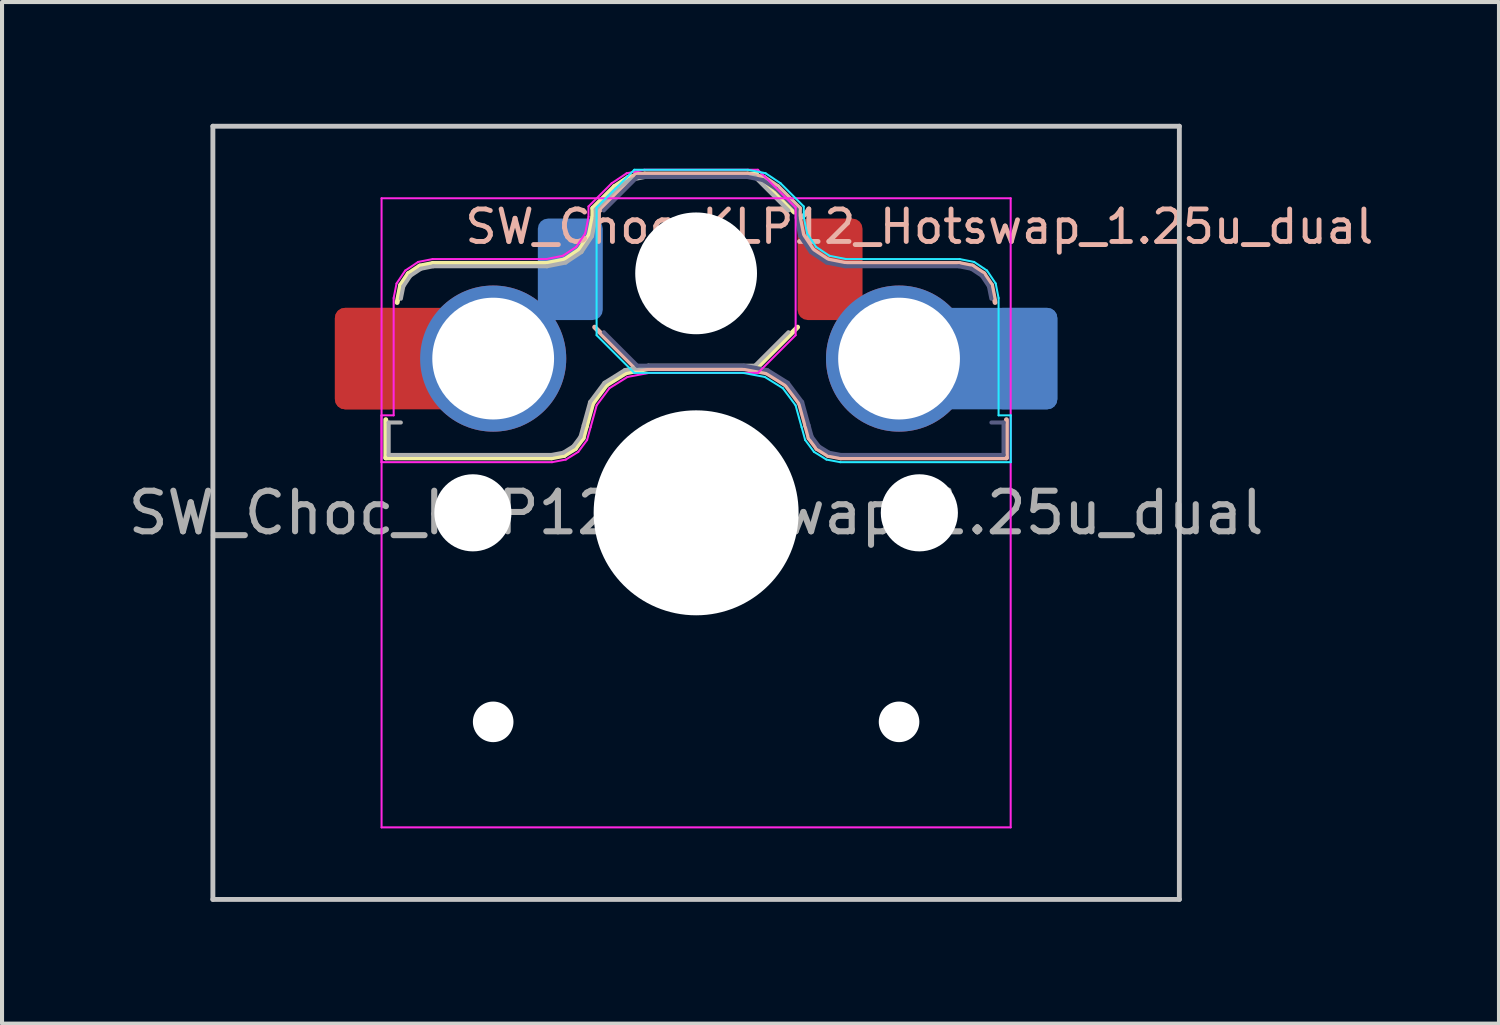
<source format=kicad_pcb>
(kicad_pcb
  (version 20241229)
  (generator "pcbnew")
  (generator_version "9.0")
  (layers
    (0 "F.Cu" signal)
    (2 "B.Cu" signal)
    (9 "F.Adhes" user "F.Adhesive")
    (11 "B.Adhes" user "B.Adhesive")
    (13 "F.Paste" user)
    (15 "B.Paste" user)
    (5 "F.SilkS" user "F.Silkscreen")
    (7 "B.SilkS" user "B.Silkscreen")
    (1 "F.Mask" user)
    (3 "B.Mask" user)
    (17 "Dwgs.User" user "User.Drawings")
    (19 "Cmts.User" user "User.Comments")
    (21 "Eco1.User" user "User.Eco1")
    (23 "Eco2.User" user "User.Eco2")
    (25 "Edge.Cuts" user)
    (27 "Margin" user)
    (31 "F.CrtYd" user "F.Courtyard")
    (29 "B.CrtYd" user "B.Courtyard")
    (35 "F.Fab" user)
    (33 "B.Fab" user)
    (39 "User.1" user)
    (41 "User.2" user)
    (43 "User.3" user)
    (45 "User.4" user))
  (footprint "SW_Choc_KLP12_Hotswap_1.25u_dual"
    (layer "F.Cu")
    (at 14.101 9.585)
    (property "Reference" "SW_Choc_KLP12_Hotswap_1.25u_dual" (at 5.5 -7.05 180) (layer "B.SilkS") (effects (font (size 0.8 0.8) (thickness 0.12))))
    (attr smd)
    (fp_line (start -7.646 -2.296) (end -7.646 -1.354) (stroke (width 0.12) (type solid)) (layer "F.SilkS"))
    (fp_line (start -7.646 -1.354) (end -3.56 -1.354) (stroke (width 0.12) (type solid)) (layer "F.SilkS"))
    (fp_line (start -7.281 -5.609) (end -7.366 -5.182) (stroke (width 0.12) (type solid)) (layer "F.SilkS"))
    (fp_line (start -7.092 -5.892) (end -7.281 -5.609) (stroke (width 0.12) (type solid)) (layer "F.SilkS"))
    (fp_line (start -6.809 -6.081) (end -7.092 -5.892) (stroke (width 0.12) (type solid)) (layer "F.SilkS"))
    (fp_line (start -6.482 -6.146) (end -6.809 -6.081) (stroke (width 0.12) (type solid)) (layer "F.SilkS"))
    (fp_line (start -3.682 -6.146) (end -6.482 -6.146) (stroke (width 0.12) (type solid)) (layer "F.SilkS"))
    (fp_line (start -3.56 -1.354) (end -3.25 -1.413) (stroke (width 0.12) (type solid)) (layer "F.SilkS"))
    (fp_line (start -3.25 -1.413) (end -2.976 -1.583) (stroke (width 0.12) (type solid)) (layer "F.SilkS"))
    (fp_line (start -3.244 -6.233) (end -3.682 -6.146) (stroke (width 0.12) (type solid)) (layer "F.SilkS"))
    (fp_line (start -2.976 -1.583) (end -2.783 -1.841) (stroke (width 0.12) (type solid)) (layer "F.SilkS"))
    (fp_line (start -2.877 -6.477) (end -3.244 -6.233) (stroke (width 0.12) (type solid)) (layer "F.SilkS"))
    (fp_line (start -2.783 -1.841) (end -2.701 -2.139) (stroke (width 0.12) (type solid)) (layer "F.SilkS"))
    (fp_line (start -2.701 -2.139) (end -2.547 -2.697) (stroke (width 0.12) (type solid)) (layer "F.SilkS"))
    (fp_line (start -2.633 -6.844) (end -2.877 -6.477) (stroke (width 0.12) (type solid)) (layer "F.SilkS"))
    (fp_line (start -2.547 -2.697) (end -2.209 -3.15) (stroke (width 0.12) (type solid)) (layer "F.SilkS"))
    (fp_line (start -2.546 -7.504) (end -2.546 -7.282) (stroke (width 0.12) (type solid)) (layer "F.SilkS"))
    (fp_line (start -2.546 -7.282) (end -2.633 -6.844) (stroke (width 0.12) (type solid)) (layer "F.SilkS"))
    (fp_line (start -2.209 -3.15) (end -1.73 -3.449) (stroke (width 0.12) (type solid)) (layer "F.SilkS"))
    (fp_line (start -2.013 -8.037) (end -2.546 -7.504) (stroke (width 0.12) (type solid)) (layer "F.SilkS"))
    (fp_line (start -1.73 -3.449) (end -1.168 -3.554) (stroke (width 0.12) (type solid)) (layer "F.SilkS"))
    (fp_line (start -1.671 -8.266) (end -2.013 -8.037) (stroke (width 0.12) (type solid)) (layer "F.SilkS"))
    (fp_line (start -1.268 -8.346) (end -1.671 -8.266) (stroke (width 0.12) (type solid)) (layer "F.SilkS"))
    (fp_line (start -1.168 -3.554) (end 1.479 -3.554) (stroke (width 0.12) (type solid)) (layer "F.SilkS"))
    (fp_line (start 1.479 -8.346) (end -1.268 -8.346) (stroke (width 0.12) (type solid)) (layer "F.SilkS"))
    (fp_line (start 1.479 -3.554) (end 2.5 -4.575) (stroke (width 0.12) (type solid)) (layer "F.SilkS"))
    (fp_line (start 2.416 -7.409) (end 1.479 -8.346) (stroke (width 0.12) (type solid)) (layer "F.SilkS"))
    (fp_line (start -2.416 -7.409) (end -1.479 -8.346) (stroke (width 0.12) (type solid)) (layer "B.SilkS"))
    (fp_line (start -1.479 -8.346) (end 1.268 -8.346) (stroke (width 0.12) (type solid)) (layer "B.SilkS"))
    (fp_line (start -1.479 -3.554) (end -2.5 -4.575) (stroke (width 0.12) (type solid)) (layer "B.SilkS"))
    (fp_line (start 1.168 -3.554) (end -1.479 -3.554) (stroke (width 0.12) (type solid)) (layer "B.SilkS"))
    (fp_line (start 1.268 -8.346) (end 1.671 -8.266) (stroke (width 0.12) (type solid)) (layer "B.SilkS"))
    (fp_line (start 1.671 -8.266) (end 2.013 -8.037) (stroke (width 0.12) (type solid)) (layer "B.SilkS"))
    (fp_line (start 1.73 -3.449) (end 1.168 -3.554) (stroke (width 0.12) (type solid)) (layer "B.SilkS"))
    (fp_line (start 2.013 -8.037) (end 2.546 -7.504) (stroke (width 0.12) (type solid)) (layer "B.SilkS"))
    (fp_line (start 2.209 -3.15) (end 1.73 -3.449) (stroke (width 0.12) (type solid)) (layer "B.SilkS"))
    (fp_line (start 2.546 -7.504) (end 2.546 -7.282) (stroke (width 0.12) (type solid)) (layer "B.SilkS"))
    (fp_line (start 2.546 -7.282) (end 2.633 -6.844) (stroke (width 0.12) (type solid)) (layer "B.SilkS"))
    (fp_line (start 2.547 -2.697) (end 2.209 -3.15) (stroke (width 0.12) (type solid)) (layer "B.SilkS"))
    (fp_line (start 2.633 -6.844) (end 2.877 -6.477) (stroke (width 0.12) (type solid)) (layer "B.SilkS"))
    (fp_line (start 2.701 -2.139) (end 2.547 -2.697) (stroke (width 0.12) (type solid)) (layer "B.SilkS"))
    (fp_line (start 2.783 -1.841) (end 2.701 -2.139) (stroke (width 0.12) (type solid)) (layer "B.SilkS"))
    (fp_line (start 2.877 -6.477) (end 3.244 -6.233) (stroke (width 0.12) (type solid)) (layer "B.SilkS"))
    (fp_line (start 2.976 -1.583) (end 2.783 -1.841) (stroke (width 0.12) (type solid)) (layer "B.SilkS"))
    (fp_line (start 3.244 -6.233) (end 3.682 -6.146) (stroke (width 0.12) (type solid)) (layer "B.SilkS"))
    (fp_line (start 3.25 -1.413) (end 2.976 -1.583) (stroke (width 0.12) (type solid)) (layer "B.SilkS"))
    (fp_line (start 3.56 -1.354) (end 3.25 -1.413) (stroke (width 0.12) (type solid)) (layer "B.SilkS"))
    (fp_line (start 3.682 -6.146) (end 6.482 -6.146) (stroke (width 0.12) (type solid)) (layer "B.SilkS"))
    (fp_line (start 6.482 -6.146) (end 6.809 -6.081) (stroke (width 0.12) (type solid)) (layer "B.SilkS"))
    (fp_line (start 6.809 -6.081) (end 7.092 -5.892) (stroke (width 0.12) (type solid)) (layer "B.SilkS"))
    (fp_line (start 7.092 -5.892) (end 7.281 -5.609) (stroke (width 0.12) (type solid)) (layer "B.SilkS"))
    (fp_line (start 7.281 -5.609) (end 7.366 -5.182) (stroke (width 0.12) (type solid)) (layer "B.SilkS"))
    (fp_line (start 7.646 -2.296) (end 7.646 -1.354) (stroke (width 0.12) (type solid)) (layer "B.SilkS"))
    (fp_line (start 7.646 -1.354) (end 3.56 -1.354) (stroke (width 0.12) (type solid)) (layer "B.SilkS"))
    (fp_line (start -11.906 -9.525) (end -11.906 9.525) (stroke (width 0.12) (type default)) (layer "Dwgs.User"))
    (fp_line (start -11.906 -9.525) (end 11.906 -9.525) (stroke (width 0.12) (type default)) (layer "Dwgs.User"))
    (fp_line (start 11.906 -9.525) (end 11.906 9.525) (stroke (width 0.12) (type default)) (layer "Dwgs.User"))
    (fp_line (start 11.906 9.525) (end -11.906 9.525) (stroke (width 0.12) (type default)) (layer "Dwgs.User"))
    (fp_line (start -2.452 -7.523) (end -1.523 -8.452) (stroke (width 0.05) (type solid)) (layer "B.CrtYd"))
    (fp_line (start -2.452 -4.377) (end -2.452 -7.523) (stroke (width 0.05) (type solid)) (layer "B.CrtYd"))
    (fp_line (start -1.523 -8.452) (end 1.278 -8.452) (stroke (width 0.05) (type solid)) (layer "B.CrtYd"))
    (fp_line (start -1.523 -3.448) (end -2.452 -4.377) (stroke (width 0.05) (type solid)) (layer "B.CrtYd"))
    (fp_line (start 1.159 -3.448) (end -1.523 -3.448) (stroke (width 0.05) (type solid)) (layer "B.CrtYd"))
    (fp_line (start 1.278 -8.452) (end 1.712 -8.366) (stroke (width 0.05) (type solid)) (layer "B.CrtYd"))
    (fp_line (start 1.691 -3.348) (end 1.159 -3.448) (stroke (width 0.05) (type solid)) (layer "B.CrtYd"))
    (fp_line (start 1.712 -8.366) (end 2.081 -8.119) (stroke (width 0.05) (type solid)) (layer "B.CrtYd"))
    (fp_line (start 2.081 -8.119) (end 2.652 -7.548) (stroke (width 0.05) (type solid)) (layer "B.CrtYd"))
    (fp_line (start 2.136 -3.071) (end 1.691 -3.348) (stroke (width 0.05) (type solid)) (layer "B.CrtYd"))
    (fp_line (start 2.45 -2.65) (end 2.136 -3.071) (stroke (width 0.05) (type solid)) (layer "B.CrtYd"))
    (fp_line (start 2.599 -2.111) (end 2.45 -2.65) (stroke (width 0.05) (type solid)) (layer "B.CrtYd"))
    (fp_line (start 2.652 -7.548) (end 2.652 -7.292) (stroke (width 0.05) (type solid)) (layer "B.CrtYd"))
    (fp_line (start 2.652 -7.292) (end 2.733 -6.885) (stroke (width 0.05) (type solid)) (layer "B.CrtYd"))
    (fp_line (start 2.687 -1.794) (end 2.599 -2.111) (stroke (width 0.05) (type solid)) (layer "B.CrtYd"))
    (fp_line (start 2.733 -6.885) (end 2.953 -6.553) (stroke (width 0.05) (type solid)) (layer "B.CrtYd"))
    (fp_line (start 2.903 -1.503) (end 2.687 -1.794) (stroke (width 0.05) (type solid)) (layer "B.CrtYd"))
    (fp_line (start 2.953 -6.553) (end 3.285 -6.333) (stroke (width 0.05) (type solid)) (layer "B.CrtYd"))
    (fp_line (start 3.211 -1.312) (end 2.903 -1.503) (stroke (width 0.05) (type solid)) (layer "B.CrtYd"))
    (fp_line (start 3.285 -6.333) (end 3.692 -6.252) (stroke (width 0.05) (type solid)) (layer "B.CrtYd"))
    (fp_line (start 3.55 -1.248) (end 3.211 -1.312) (stroke (width 0.05) (type solid)) (layer "B.CrtYd"))
    (fp_line (start 3.692 -6.252) (end 6.492 -6.252) (stroke (width 0.05) (type solid)) (layer "B.CrtYd"))
    (fp_line (start 6.492 -6.252) (end 6.85 -6.181) (stroke (width 0.05) (type solid)) (layer "B.CrtYd"))
    (fp_line (start 6.85 -6.181) (end 7.168 -5.968) (stroke (width 0.05) (type solid)) (layer "B.CrtYd"))
    (fp_line (start 7.168 -5.968) (end 7.381 -5.65) (stroke (width 0.05) (type solid)) (layer "B.CrtYd"))
    (fp_line (start 7.381 -5.65) (end 7.452 -5.292) (stroke (width 0.05) (type solid)) (layer "B.CrtYd"))
    (fp_line (start 7.452 -5.292) (end 7.452 -2.402) (stroke (width 0.05) (type solid)) (layer "B.CrtYd"))
    (fp_line (start 7.452 -2.402) (end 7.752 -2.402) (stroke (width 0.05) (type solid)) (layer "B.CrtYd"))
    (fp_line (start 7.752 -2.402) (end 7.752 -1.248) (stroke (width 0.05) (type solid)) (layer "B.CrtYd"))
    (fp_line (start 7.752 -1.248) (end 3.55 -1.248) (stroke (width 0.05) (type solid)) (layer "B.CrtYd"))
    (fp_line (start -7.752 -2.402) (end -7.752 -1.248) (stroke (width 0.05) (type solid)) (layer "F.CrtYd"))
    (fp_line (start -7.752 -1.248) (end -3.55 -1.248) (stroke (width 0.05) (type solid)) (layer "F.CrtYd"))
    (fp_line (start -7.75 7.75) (end -7.75 -7.75) (stroke (width 0.05) (type solid)) (layer "F.CrtYd"))
    (fp_line (start -7.452 -5.292) (end -7.452 -2.402) (stroke (width 0.05) (type solid)) (layer "F.CrtYd"))
    (fp_line (start -7.452 -2.402) (end -7.752 -2.402) (stroke (width 0.05) (type solid)) (layer "F.CrtYd"))
    (fp_line (start -7.381 -5.65) (end -7.452 -5.292) (stroke (width 0.05) (type solid)) (layer "F.CrtYd"))
    (fp_line (start -7.168 -5.968) (end -7.381 -5.65) (stroke (width 0.05) (type solid)) (layer "F.CrtYd"))
    (fp_line (start -6.85 -6.181) (end -7.168 -5.968) (stroke (width 0.05) (type solid)) (layer "F.CrtYd"))
    (fp_line (start -6.492 -6.252) (end -6.85 -6.181) (stroke (width 0.05) (type solid)) (layer "F.CrtYd"))
    (fp_line (start -3.692 -6.252) (end -6.492 -6.252) (stroke (width 0.05) (type solid)) (layer "F.CrtYd"))
    (fp_line (start -3.55 -1.248) (end -3.211 -1.312) (stroke (width 0.05) (type solid)) (layer "F.CrtYd"))
    (fp_line (start -3.285 -6.333) (end -3.692 -6.252) (stroke (width 0.05) (type solid)) (layer "F.CrtYd"))
    (fp_line (start -3.211 -1.312) (end -2.903 -1.503) (stroke (width 0.05) (type solid)) (layer "F.CrtYd"))
    (fp_line (start -2.953 -6.553) (end -3.285 -6.333) (stroke (width 0.05) (type solid)) (layer "F.CrtYd"))
    (fp_line (start -2.903 -1.503) (end -2.687 -1.794) (stroke (width 0.05) (type solid)) (layer "F.CrtYd"))
    (fp_line (start -2.733 -6.885) (end -2.953 -6.553) (stroke (width 0.05) (type solid)) (layer "F.CrtYd"))
    (fp_line (start -2.687 -1.794) (end -2.599 -2.111) (stroke (width 0.05) (type solid)) (layer "F.CrtYd"))
    (fp_line (start -2.652 -7.548) (end -2.652 -7.292) (stroke (width 0.05) (type solid)) (layer "F.CrtYd"))
    (fp_line (start -2.652 -7.292) (end -2.733 -6.885) (stroke (width 0.05) (type solid)) (layer "F.CrtYd"))
    (fp_line (start -2.599 -2.111) (end -2.45 -2.65) (stroke (width 0.05) (type solid)) (layer "F.CrtYd"))
    (fp_line (start -2.45 -2.65) (end -2.136 -3.071) (stroke (width 0.05) (type solid)) (layer "F.CrtYd"))
    (fp_line (start -2.136 -3.071) (end -1.691 -3.348) (stroke (width 0.05) (type solid)) (layer "F.CrtYd"))
    (fp_line (start -2.081 -8.119) (end -2.652 -7.548) (stroke (width 0.05) (type solid)) (layer "F.CrtYd"))
    (fp_line (start -1.712 -8.366) (end -2.081 -8.119) (stroke (width 0.05) (type solid)) (layer "F.CrtYd"))
    (fp_line (start -1.691 -3.348) (end -1.159 -3.448) (stroke (width 0.05) (type solid)) (layer "F.CrtYd"))
    (fp_line (start -1.278 -8.452) (end -1.712 -8.366) (stroke (width 0.05) (type solid)) (layer "F.CrtYd"))
    (fp_line (start -1.159 -3.448) (end 1.523 -3.448) (stroke (width 0.05) (type solid)) (layer "F.CrtYd"))
    (fp_line (start 1.523 -8.452) (end -1.278 -8.452) (stroke (width 0.05) (type solid)) (layer "F.CrtYd"))
    (fp_line (start 1.523 -3.448) (end 2.452 -4.377) (stroke (width 0.05) (type solid)) (layer "F.CrtYd"))
    (fp_line (start 2.452 -7.523) (end 1.523 -8.452) (stroke (width 0.05) (type solid)) (layer "F.CrtYd"))
    (fp_line (start 2.452 -4.377) (end 2.452 -7.523) (stroke (width 0.05) (type solid)) (layer "F.CrtYd"))
    (fp_line (start 7.75 -7.75) (end -7.75 -7.75) (stroke (width 0.05) (type solid)) (layer "F.CrtYd"))
    (fp_line (start 7.75 -7.75) (end 7.75 7.75) (stroke (width 0.05) (type solid)) (layer "F.CrtYd"))
    (fp_line (start 7.75 7.75) (end -7.75 7.75) (stroke (width 0.05) (type solid)) (layer "F.CrtYd"))
    (fp_line (start -2.275 -7.45) (end -1.45 -8.275) (stroke (width 0.1) (type solid)) (layer "B.Fab"))
    (fp_line (start -1.45 -8.275) (end 1.261 -8.275) (stroke (width 0.1) (type solid)) (layer "B.Fab"))
    (fp_line (start -1.45 -3.625) (end -2.275 -4.45) (stroke (width 0.1) (type solid)) (layer "B.Fab"))
    (fp_line (start 1.175 -3.625) (end -1.45 -3.625) (stroke (width 0.1) (type solid)) (layer "B.Fab"))
    (fp_line (start 1.261 -8.275) (end 1.643 -8.199) (stroke (width 0.1) (type solid)) (layer "B.Fab"))
    (fp_line (start 1.643 -8.199) (end 1.968 -7.982) (stroke (width 0.1) (type solid)) (layer "B.Fab"))
    (fp_line (start 1.756 -3.516) (end 1.175 -3.625) (stroke (width 0.1) (type solid)) (layer "B.Fab"))
    (fp_line (start 1.968 -7.982) (end 2.475 -7.475) (stroke (width 0.1) (type solid)) (layer "B.Fab"))
    (fp_line (start 2.258 -3.203) (end 1.756 -3.516) (stroke (width 0.1) (type solid)) (layer "B.Fab"))
    (fp_line (start 2.475 -7.475) (end 2.475 -7.275) (stroke (width 0.1) (type solid)) (layer "B.Fab"))
    (fp_line (start 2.475 -7.275) (end 2.566 -6.816) (stroke (width 0.1) (type solid)) (layer "B.Fab"))
    (fp_line (start 2.566 -6.816) (end 2.826 -6.426) (stroke (width 0.1) (type solid)) (layer "B.Fab"))
    (fp_line (start 2.612 -2.729) (end 2.258 -3.203) (stroke (width 0.1) (type solid)) (layer "B.Fab"))
    (fp_line (start 2.769 -2.158) (end 2.612 -2.729) (stroke (width 0.1) (type solid)) (layer "B.Fab"))
    (fp_line (start 2.826 -6.426) (end 3.216 -6.166) (stroke (width 0.1) (type solid)) (layer "B.Fab"))
    (fp_line (start 2.848 -1.873) (end 2.769 -2.158) (stroke (width 0.1) (type solid)) (layer "B.Fab"))
    (fp_line (start 3.025 -1.636) (end 2.848 -1.873) (stroke (width 0.1) (type solid)) (layer "B.Fab"))
    (fp_line (start 3.216 -6.166) (end 3.675 -6.075) (stroke (width 0.1) (type solid)) (layer "B.Fab"))
    (fp_line (start 3.276 -1.48) (end 3.025 -1.636) (stroke (width 0.1) (type solid)) (layer "B.Fab"))
    (fp_line (start 3.567 -1.425) (end 3.276 -1.48) (stroke (width 0.1) (type solid)) (layer "B.Fab"))
    (fp_line (start 3.675 -6.075) (end 6.475 -6.075) (stroke (width 0.1) (type solid)) (layer "B.Fab"))
    (fp_line (start 6.475 -6.075) (end 6.781 -6.014) (stroke (width 0.1) (type solid)) (layer "B.Fab"))
    (fp_line (start 6.781 -6.014) (end 7.041 -5.841) (stroke (width 0.1) (type solid)) (layer "B.Fab"))
    (fp_line (start 7.041 -5.841) (end 7.214 -5.581) (stroke (width 0.1) (type solid)) (layer "B.Fab"))
    (fp_line (start 7.214 -5.581) (end 7.275 -5.275) (stroke (width 0.1) (type solid)) (layer "B.Fab"))
    (fp_line (start 7.275 -2.225) (end 7.575 -2.225) (stroke (width 0.1) (type solid)) (layer "B.Fab"))
    (fp_line (start 7.575 -2.225) (end 7.575 -1.425) (stroke (width 0.1) (type solid)) (layer "B.Fab"))
    (fp_line (start 7.575 -1.425) (end 3.567 -1.425) (stroke (width 0.1) (type solid)) (layer "B.Fab"))
    (fp_line (start -7.575 -2.225) (end -7.575 -1.425) (stroke (width 0.1) (type solid)) (layer "F.Fab"))
    (fp_line (start -7.575 -1.425) (end -3.567 -1.425) (stroke (width 0.1) (type solid)) (layer "F.Fab"))
    (fp_line (start -7.275 -2.225) (end -7.575 -2.225) (stroke (width 0.1) (type solid)) (layer "F.Fab"))
    (fp_line (start -7.214 -5.581) (end -7.275 -5.275) (stroke (width 0.1) (type solid)) (layer "F.Fab"))
    (fp_line (start -7.041 -5.841) (end -7.214 -5.581) (stroke (width 0.1) (type solid)) (layer "F.Fab"))
    (fp_line (start -6.781 -6.014) (end -7.041 -5.841) (stroke (width 0.1) (type solid)) (layer "F.Fab"))
    (fp_line (start -6.475 -6.075) (end -6.781 -6.014) (stroke (width 0.1) (type solid)) (layer "F.Fab"))
    (fp_line (start -3.675 -6.075) (end -6.475 -6.075) (stroke (width 0.1) (type solid)) (layer "F.Fab"))
    (fp_line (start -3.567 -1.425) (end -3.276 -1.48) (stroke (width 0.1) (type solid)) (layer "F.Fab"))
    (fp_line (start -3.276 -1.48) (end -3.025 -1.636) (stroke (width 0.1) (type solid)) (layer "F.Fab"))
    (fp_line (start -3.216 -6.166) (end -3.675 -6.075) (stroke (width 0.1) (type solid)) (layer "F.Fab"))
    (fp_line (start -3.025 -1.636) (end -2.848 -1.873) (stroke (width 0.1) (type solid)) (layer "F.Fab"))
    (fp_line (start -2.848 -1.873) (end -2.769 -2.158) (stroke (width 0.1) (type solid)) (layer "F.Fab"))
    (fp_line (start -2.826 -6.426) (end -3.216 -6.166) (stroke (width 0.1) (type solid)) (layer "F.Fab"))
    (fp_line (start -2.769 -2.158) (end -2.612 -2.729) (stroke (width 0.1) (type solid)) (layer "F.Fab"))
    (fp_line (start -2.612 -2.729) (end -2.258 -3.203) (stroke (width 0.1) (type solid)) (layer "F.Fab"))
    (fp_line (start -2.566 -6.816) (end -2.826 -6.426) (stroke (width 0.1) (type solid)) (layer "F.Fab"))
    (fp_line (start -2.475 -7.475) (end -2.475 -7.275) (stroke (width 0.1) (type solid)) (layer "F.Fab"))
    (fp_line (start -2.475 -7.275) (end -2.566 -6.816) (stroke (width 0.1) (type solid)) (layer "F.Fab"))
    (fp_line (start -2.258 -3.203) (end -1.756 -3.516) (stroke (width 0.1) (type solid)) (layer "F.Fab"))
    (fp_line (start -1.968 -7.982) (end -2.475 -7.475) (stroke (width 0.1) (type solid)) (layer "F.Fab"))
    (fp_line (start -1.756 -3.516) (end -1.175 -3.625) (stroke (width 0.1) (type solid)) (layer "F.Fab"))
    (fp_line (start -1.643 -8.199) (end -1.968 -7.982) (stroke (width 0.1) (type solid)) (layer "F.Fab"))
    (fp_line (start -1.261 -8.275) (end -1.643 -8.199) (stroke (width 0.1) (type solid)) (layer "F.Fab"))
    (fp_line (start -1.175 -3.625) (end 1.45 -3.625) (stroke (width 0.1) (type solid)) (layer "F.Fab"))
    (fp_line (start 1.45 -8.275) (end -1.261 -8.275) (stroke (width 0.1) (type solid)) (layer "F.Fab"))
    (fp_line (start 1.45 -3.625) (end 2.275 -4.45) (stroke (width 0.1) (type solid)) (layer "F.Fab"))
    (fp_line (start 2.275 -7.45) (end 1.45 -8.275) (stroke (width 0.1) (type solid)) (layer "F.Fab"))
    (fp_rect (start -7.05 -7.05) (end 7.05 7.05) (stroke (width 0.12) (type default)) (fill no) (layer "User.1"))
    (fp_text user "${REFERENCE}" (at 0 0 0) (layer "F.Fab") (effects (font (size 1 1) (thickness 0.15))))
    (pad "" np_thru_hole circle (at -5.5 0) (size 1.9 1.9) (drill 1.9) (layers "*.Cu" "*.Mask"))
    (pad "" np_thru_hole circle (at -5 5.15) (size 1 1) (drill 1) (layers "*.Cu" "*.Mask"))
    (pad "" np_thru_hole circle (at 0 -5.9) (size 3 3) (drill 3) (layers "*.Cu" "*.Mask"))
    (pad "" np_thru_hole circle (at 0 0) (size 5.05 5.05) (drill 5.05) (layers "*.Cu" "*.Mask"))
    (pad "" np_thru_hole circle (at 5 5.15) (size 1 1) (drill 1) (layers "*.Cu" "*.Mask"))
    (pad "" np_thru_hole circle (at 5.5 0) (size 1.9 1.9) (drill 1.9) (layers "*.Cu" "*.Mask"))
    (pad "1" smd roundrect (at 3.3 -6) (size 1.6 2.5) (layers "F.Cu" "F.Mask" "F.Paste") (roundrect_rratio 0.156))
    (pad "1" thru_hole circle (at 5 -3.8) (size 3.6 3.6) (drill 3) (layers "*.Cu" "*.Mask"))
    (pad "1" smd roundrect (at 6.975 -3.8) (size 3.85 2.5) (layers "B.Cu") (roundrect_rratio 0.1))
    (pad "1" smd roundrect (at 8.1 -3.8) (size 1.6 2.5) (layers "B.Cu" "B.Mask" "B.Paste") (roundrect_rratio 0.156))
    (pad "2" smd roundrect (at -8.1 -3.8) (size 1.6 2.5) (layers "F.Cu" "F.Mask" "F.Paste") (roundrect_rratio 0.156))
    (pad "2" smd roundrect (at -6.975 -3.8) (size 3.85 2.5) (layers "F.Cu") (roundrect_rratio 0.1))
    (pad "2" thru_hole circle (at -5 -3.8) (size 3.6 3.6) (drill 3) (layers "*.Cu" "*.Mask"))
    (pad "2" smd roundrect (at -3.1 -6) (size 1.6 2.5) (layers "B.Cu" "B.Mask" "B.Paste") (roundrect_rratio 0.156)))
  (gr_rect
    (start -3 -3)
    (end 33.882 22.17)
    (stroke (width 0.1) (type default))
    (fill no)
    (layer "Edge.Cuts")))
</source>
